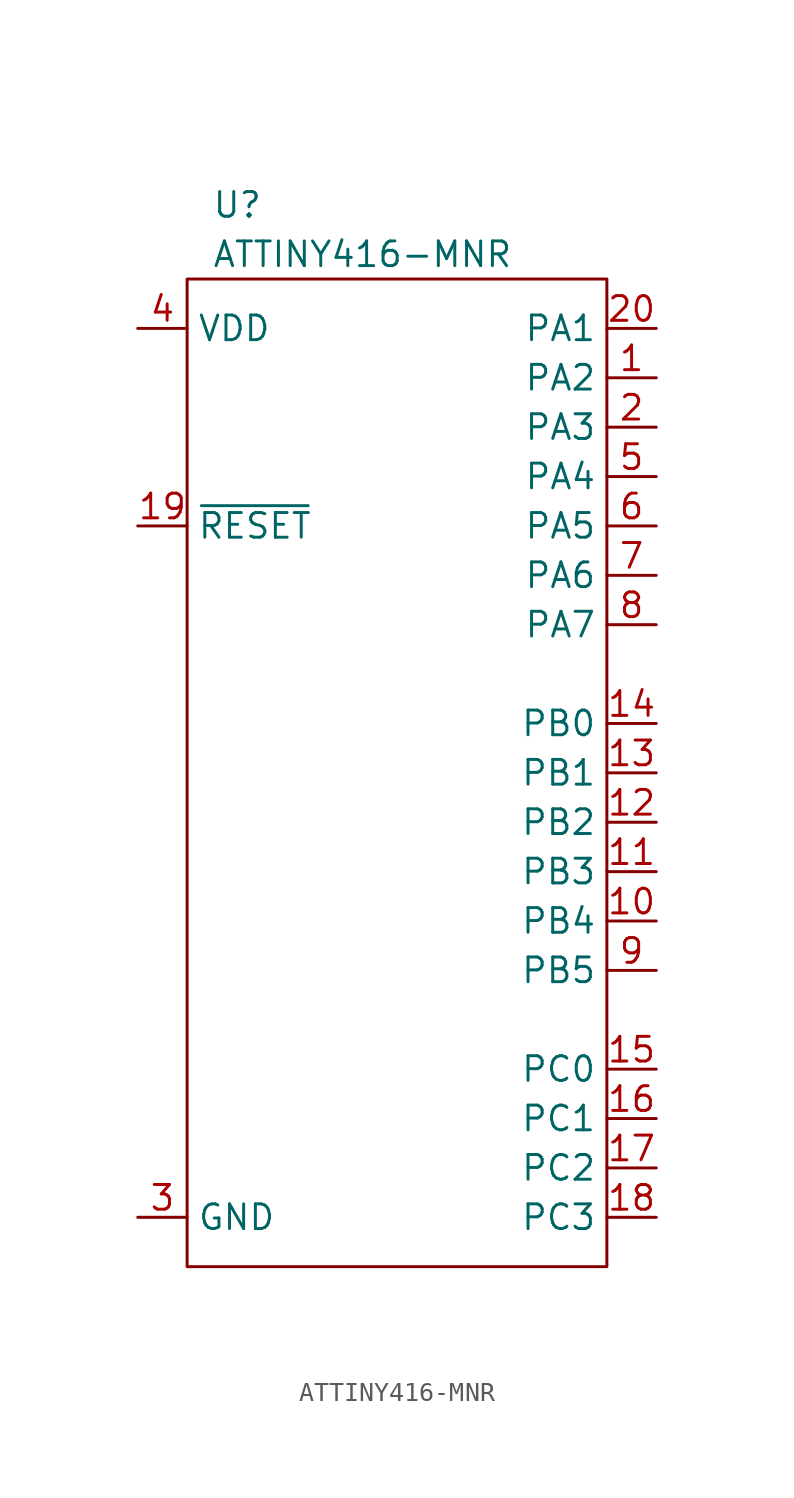
<source format=kicad_sym>
(kicad_symbol_lib
  (version 20220914)
  (generator kicad_symbol_editor)
  (symbol "ATTINY416-MNR"
    (property "Reference" "U"
      (at 1.27 3.81 0)
      (effects (font (size 1.27 1.27)) (justify left)))
    (property "Value" "ATTINY416-MNR"
      (at 1.27 1.27 0)
      (effects (font (size 1.27 1.27)) (justify left)))
    (symbol "ATTINY416-MNR_0_0"
      (pin bidirectional line (at 24.13 -5.08 180) (length 2.54) (name "PA2" (effects (font (size 1.27 1.27)))) (number "1" (effects (font (size 1.27 1.27)))) (alternate "ADC2" bidirectional line) (alternate "CIPO" bidirectional line) (alternate "EVOUT0" bidirectional line) (alternate "LUT0-IN2" bidirectional line) (alternate "RX" bidirectional line) (alternate "SCL" bidirectional line))
      (pin bidirectional line (at 24.13 -33.02 180) (length 2.54) (name "PB4" (effects (font (size 1.27 1.27)))) (number "10" (effects (font (size 1.27 1.27)))) (alternate "ADC9" bidirectional line) (alternate "COMP-IN1-" bidirectional line) (alternate "LUT0-OUT" bidirectional line) (alternate "WO1" bidirectional line))
      (pin bidirectional line (at 24.13 -30.48 180) (length 2.54) (name "PB3" (effects (font (size 1.27 1.27)))) (number "11" (effects (font (size 1.27 1.27)))) (alternate "RX" bidirectional line) (alternate "TOSC1" bidirectional line) (alternate "WO0" bidirectional line))
      (pin bidirectional line (at 24.13 -27.94 180) (length 2.54) (name "PB2" (effects (font (size 1.27 1.27)))) (number "12" (effects (font (size 1.27 1.27)))) (alternate "EVOUT1" bidirectional line) (alternate "TOSC2" bidirectional line) (alternate "TX" bidirectional line) (alternate "WO2" bidirectional line))
      (pin bidirectional line (at 24.13 -25.4 180) (length 2.54) (name "PB1" (effects (font (size 1.27 1.27)))) (number "13" (effects (font (size 1.27 1.27)))) (alternate "ADC10" bidirectional line) (alternate "SDA" bidirectional line) (alternate "WO1" bidirectional line) (alternate "XCK" bidirectional line))
      (pin bidirectional line (at 24.13 -22.86 180) (length 2.54) (name "PB0" (effects (font (size 1.27 1.27)))) (number "14" (effects (font (size 1.27 1.27)))) (alternate "ADC11" bidirectional line) (alternate "SCL" bidirectional line) (alternate "WO0" bidirectional line) (alternate "XDIR" bidirectional line))
      (pin bidirectional line (at 24.13 -40.64 180) (length 2.54) (name "PC0" (effects (font (size 1.27 1.27)))) (number "15" (effects (font (size 1.27 1.27)))) (alternate "SCK" bidirectional line) (alternate "WO" bidirectional line) (alternate "WOC" bidirectional line))
      (pin bidirectional line (at 24.13 -43.18 180) (length 2.54) (name "PC1" (effects (font (size 1.27 1.27)))) (number "16" (effects (font (size 1.27 1.27)))) (alternate "CIPO" bidirectional line) (alternate "LUT1-OUT" bidirectional line) (alternate "WOD" bidirectional line))
      (pin bidirectional line (at 24.13 -45.72 180) (length 2.54) (name "PC2" (effects (font (size 1.27 1.27)))) (number "17" (effects (font (size 1.27 1.27)))) (alternate "COPI" bidirectional line) (alternate "EVOUT2" bidirectional line))
      (pin output line (at 24.13 -48.26 180) (length 2.54) (name "PC3" (effects (font (size 1.27 1.27)))) (number "18" (effects (font (size 1.27 1.27)))) (alternate "LUT1-IN0" output line) (alternate "WO3" output line) (alternate "~{SS}" output line))
      (pin input line (at -2.54 -12.7 0) (length 2.54) (name "~{RESET}" (effects (font (size 1.27 1.27)))) (number "19" (effects (font (size 1.27 1.27)))) (alternate "ADC0" input line) (alternate "LUT0-IN0" input line) (alternate "PA0" input line) (alternate "UPDI" input line) (alternate "~{RESET}-UPDI" input line))
      (pin bidirectional line (at 24.13 -7.62 180) (length 2.54) (name "PA3" (effects (font (size 1.27 1.27)))) (number "2" (effects (font (size 1.27 1.27)))) (alternate "ADC3" bidirectional line) (alternate "EXTCLK" input line) (alternate "SCK" bidirectional line) (alternate "WO3" bidirectional line) (alternate "XCK" bidirectional line))
      (pin bidirectional line (at 24.13 -2.54 180) (length 2.54) (name "PA1" (effects (font (size 1.27 1.27)))) (number "20" (effects (font (size 1.27 1.27)))) (alternate "ADC1" bidirectional line) (alternate "COPI" bidirectional line) (alternate "LUT0-IN1" bidirectional line) (alternate "SDA" bidirectional line) (alternate "TX0" bidirectional line))
      (pin power_in line (at -2.54 -48.26 0) (length 2.54) hide (name "GND" (effects (font (size 1.27 1.27)))) (number "21" (effects (font (size 1.27 1.27)))))
      (pin power_in line (at -2.54 -48.26 0) (length 2.54) (name "GND" (effects (font (size 1.27 1.27)))) (number "3" (effects (font (size 1.27 1.27)))))
      (pin power_in line (at -2.54 -2.54 0) (length 2.54) (name "VDD" (effects (font (size 1.27 1.27)))) (number "4" (effects (font (size 1.27 1.27)))))
      (pin bidirectional line (at 24.13 -10.16 180) (length 2.54) (name "PA4" (effects (font (size 1.27 1.27)))) (number "5" (effects (font (size 1.27 1.27)))) (alternate "ADC4" bidirectional line) (alternate "LUT0-OUT" bidirectional line) (alternate "WO4" bidirectional line) (alternate "WOA" bidirectional line) (alternate "XDIR" bidirectional line) (alternate "~{SS}" bidirectional line))
      (pin bidirectional line (at 24.13 -12.7 180) (length 2.54) (name "PA5" (effects (font (size 1.27 1.27)))) (number "6" (effects (font (size 1.27 1.27)))) (alternate "ADC5" bidirectional line) (alternate "COMP-OUT" bidirectional line) (alternate "WO" bidirectional line) (alternate "WO5" bidirectional line) (alternate "WOB" bidirectional line))
      (pin bidirectional line (at 24.13 -15.24 180) (length 2.54) (name "PA6" (effects (font (size 1.27 1.27)))) (number "7" (effects (font (size 1.27 1.27)))) (alternate "ADC6" bidirectional line) (alternate "COMP-IN0-" bidirectional line) (alternate "COPI" bidirectional line) (alternate "DAC-OUT" bidirectional line))
      (pin bidirectional line (at 24.13 -17.78 180) (length 2.54) (name "PA7" (effects (font (size 1.27 1.27)))) (number "8" (effects (font (size 1.27 1.27)))) (alternate "ADC7" bidirectional line) (alternate "CIPO" bidirectional line) (alternate "COMP-IN0+" bidirectional line) (alternate "LUT1-OUT" bidirectional line))
      (pin bidirectional line (at 24.13 -35.56 180) (length 2.54) (name "PB5" (effects (font (size 1.27 1.27)))) (number "9" (effects (font (size 1.27 1.27)))) (alternate "ADC8" bidirectional line) (alternate "CLKOUT" bidirectional line) (alternate "COMP-IN1+" bidirectional line) (alternate "WO2" bidirectional line)))
    (symbol "ATTINY416-MNR_0_1"
      (rectangle (start 0 0) (end 21.59 -50.8) (stroke (width 0) (type default)) (fill (type none))))))
</source>
